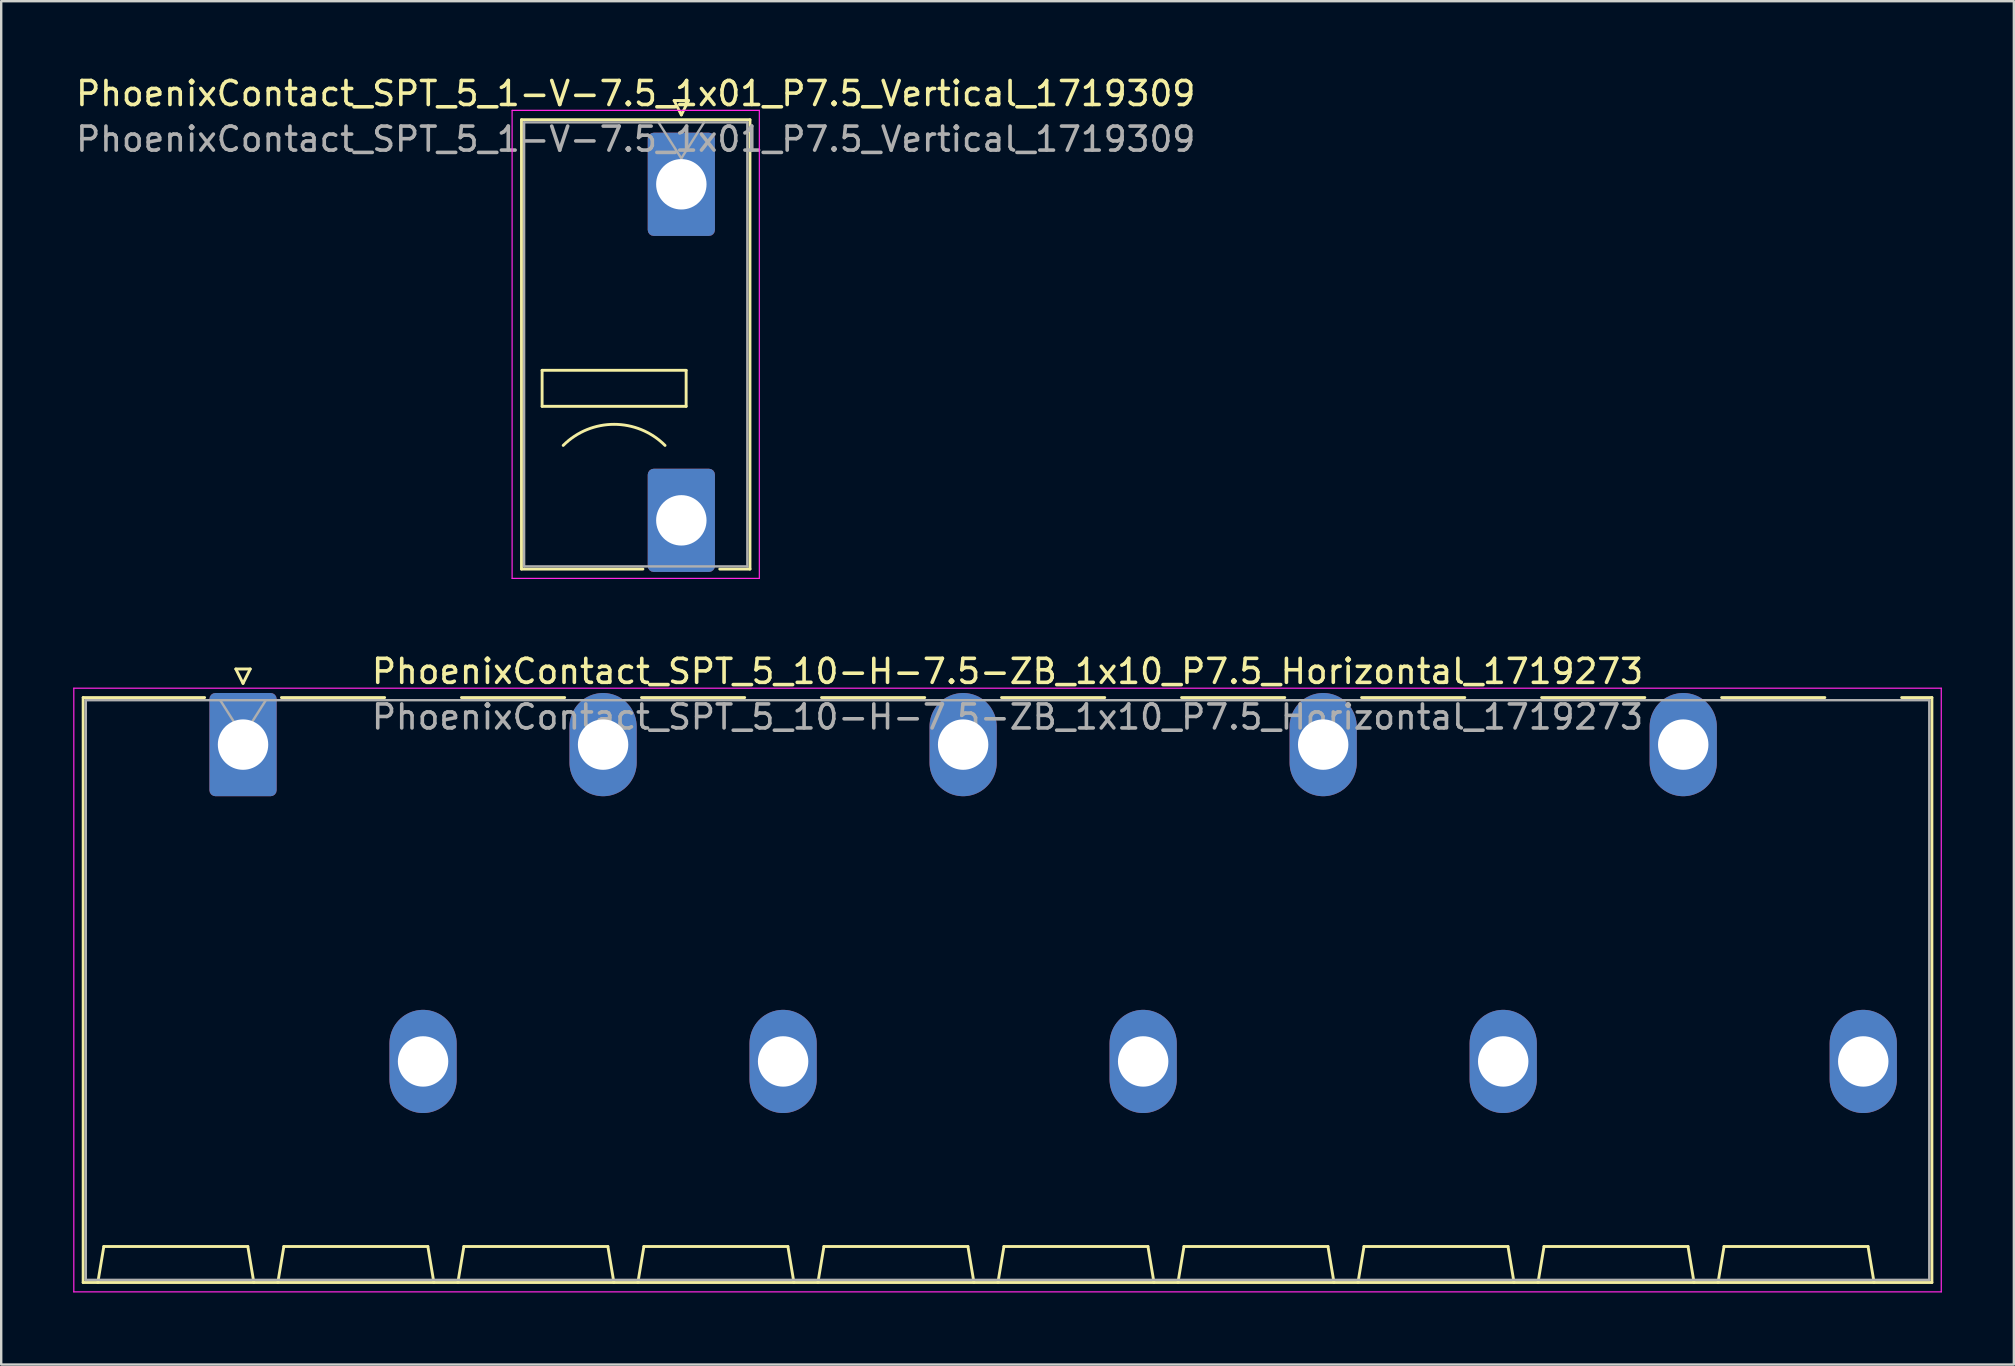
<source format=kicad_pcb>
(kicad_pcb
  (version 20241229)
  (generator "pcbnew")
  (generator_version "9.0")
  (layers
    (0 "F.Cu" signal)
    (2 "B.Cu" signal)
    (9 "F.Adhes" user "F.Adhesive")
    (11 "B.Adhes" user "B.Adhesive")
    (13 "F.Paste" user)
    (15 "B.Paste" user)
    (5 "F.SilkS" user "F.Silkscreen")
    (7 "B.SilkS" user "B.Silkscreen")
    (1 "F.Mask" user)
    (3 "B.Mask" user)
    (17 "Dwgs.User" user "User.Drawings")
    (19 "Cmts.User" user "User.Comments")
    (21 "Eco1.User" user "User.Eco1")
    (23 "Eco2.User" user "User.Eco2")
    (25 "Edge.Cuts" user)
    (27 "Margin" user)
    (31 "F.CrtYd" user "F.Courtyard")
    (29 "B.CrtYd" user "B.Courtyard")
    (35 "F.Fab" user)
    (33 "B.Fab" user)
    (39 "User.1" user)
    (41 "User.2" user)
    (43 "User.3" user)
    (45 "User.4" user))
  (footprint "PhoenixContact_SPT_5_1-V-7.5_1x01_P7.5_Vertical_1719309"
    (layer "F.Cu")
    (at 25.335 4.628)
    (property "Reference" "PhoenixContact_SPT_5_1-V-7.5_1x01_P7.5_Vertical_1719309" (at -1.9 -3.78 0) (layer "F.SilkS") (effects (font (size 1 1) (thickness 0.15))))
    (attr through_hole)
    (fp_line (start -6.66 -2.69) (end 2.86 -2.69) (stroke (width 0.12) (type solid)) (layer "F.SilkS"))
    (fp_line (start -6.66 16.03) (end -6.66 -2.69) (stroke (width 0.12) (type solid)) (layer "F.SilkS"))
    (fp_line (start -6.66 16.03) (end -1.6 16.03) (stroke (width 0.12) (type solid)) (layer "F.SilkS"))
    (fp_line (start -5.8 7.75) (end -5.8 9.25) (stroke (width 0.12) (type solid)) (layer "F.SilkS"))
    (fp_line (start -5.8 9.25) (end 0.2 9.25) (stroke (width 0.12) (type solid)) (layer "F.SilkS"))
    (fp_line (start -0.3 -3.49) (end 0 -2.89) (stroke (width 0.12) (type solid)) (layer "F.SilkS"))
    (fp_line (start -0.3 -3.49) (end 0.3 -3.49) (stroke (width 0.12) (type solid)) (layer "F.SilkS"))
    (fp_line (start 0.2 7.75) (end -5.8 7.75) (stroke (width 0.12) (type solid)) (layer "F.SilkS"))
    (fp_line (start 0.2 9.25) (end 0.2 7.75) (stroke (width 0.12) (type solid)) (layer "F.SilkS"))
    (fp_line (start 0.3 -3.49) (end 0 -2.89) (stroke (width 0.12) (type solid)) (layer "F.SilkS"))
    (fp_line (start 1.6 16.03) (end 2.86 16.03) (stroke (width 0.12) (type solid)) (layer "F.SilkS"))
    (fp_line (start 2.86 -2.69) (end 2.86 16.03) (stroke (width 0.12) (type solid)) (layer "F.SilkS"))
    (fp_arc (start -4.92132 10.87868) (mid -2.8 10) (end -0.67868 10.87868) (stroke (width 0.12) (type solid)) (layer "F.SilkS"))
    (fp_line (start -7.05 -3.08) (end -7.05 16.42) (stroke (width 0.05) (type solid)) (layer "F.CrtYd"))
    (fp_line (start -7.05 16.42) (end 3.25 16.42) (stroke (width 0.05) (type solid)) (layer "F.CrtYd"))
    (fp_line (start 3.25 -3.08) (end -7.05 -3.08) (stroke (width 0.05) (type solid)) (layer "F.CrtYd"))
    (fp_line (start 3.25 16.42) (end 3.25 -3.08) (stroke (width 0.05) (type solid)) (layer "F.CrtYd"))
    (fp_line (start -6.55 -2.58) (end -6.55 15.92) (stroke (width 0.1) (type solid)) (layer "F.Fab"))
    (fp_line (start -6.55 15.92) (end 2.75 15.92) (stroke (width 0.1) (type solid)) (layer "F.Fab"))
    (fp_line (start -0.95 -2.58) (end 0 -1.08) (stroke (width 0.1) (type solid)) (layer "F.Fab"))
    (fp_line (start 0.95 -2.58) (end 0 -1.08) (stroke (width 0.1) (type solid)) (layer "F.Fab"))
    (fp_line (start 2.75 -2.58) (end -6.55 -2.58) (stroke (width 0.1) (type solid)) (layer "F.Fab"))
    (fp_line (start 2.75 15.92) (end 2.75 -2.58) (stroke (width 0.1) (type solid)) (layer "F.Fab"))
    (fp_text user "${REFERENCE}" (at -1.9 -1.88 0) (layer "F.Fab") (effects (font (size 1 1) (thickness 0.15))))
    (pad "1" thru_hole roundrect (at 0 0) (size 2.8 4.3) (drill 2.1) (layers "*.Cu" "*.Mask") (roundrect_rratio 0.089))
    (pad "1" thru_hole roundrect (at 0 14) (size 2.8 4.3) (drill 2.1) (layers "*.Cu" "*.Mask") (roundrect_rratio 0.089)))
  (footprint "PhoenixContact_SPT_5_10-H-7.5-ZB_1x10_P7.5_Horizontal_1719273"
    (layer "F.Cu")
    (at 7.075 27.971)
    (property "Reference" "PhoenixContact_SPT_5_10-H-7.5-ZB_1x10_P7.5_Horizontal_1719273" (at 31.85 -3.05 0) (layer "F.SilkS") (effects (font (size 1 1) (thickness 0.15))))
    (attr through_hole)
    (fp_line (start -6.66 -1.96) (end -1.6 -1.96) (stroke (width 0.12) (type solid)) (layer "F.SilkS"))
    (fp_line (start -6.66 22.41) (end -6.66 -1.96) (stroke (width 0.12) (type solid)) (layer "F.SilkS"))
    (fp_line (start -6.05 22.41) (end -5.8 20.91) (stroke (width 0.12) (type solid)) (layer "F.SilkS"))
    (fp_line (start -5.8 20.91) (end 0.2 20.91) (stroke (width 0.12) (type solid)) (layer "F.SilkS"))
    (fp_line (start -0.3 -3.15) (end 0 -2.55) (stroke (width 0.12) (type solid)) (layer "F.SilkS"))
    (fp_line (start -0.3 -3.15) (end 0.3 -3.15) (stroke (width 0.12) (type solid)) (layer "F.SilkS"))
    (fp_line (start 0.3 -3.15) (end 0 -2.55) (stroke (width 0.12) (type solid)) (layer "F.SilkS"))
    (fp_line (start 0.45 22.41) (end 0.2 20.91) (stroke (width 0.12) (type solid)) (layer "F.SilkS"))
    (fp_line (start 1.45 22.41) (end 1.7 20.91) (stroke (width 0.12) (type solid)) (layer "F.SilkS"))
    (fp_line (start 1.6 -1.96) (end 5.9 -1.96) (stroke (width 0.12) (type solid)) (layer "F.SilkS"))
    (fp_line (start 1.7 20.91) (end 7.7 20.91) (stroke (width 0.12) (type solid)) (layer "F.SilkS"))
    (fp_line (start 7.95 22.41) (end 7.7 20.91) (stroke (width 0.12) (type solid)) (layer "F.SilkS"))
    (fp_line (start 8.95 22.41) (end 9.2 20.91) (stroke (width 0.12) (type solid)) (layer "F.SilkS"))
    (fp_line (start 9.1 -1.96) (end 13.4 -1.96) (stroke (width 0.12) (type solid)) (layer "F.SilkS"))
    (fp_line (start 9.2 20.91) (end 15.2 20.91) (stroke (width 0.12) (type solid)) (layer "F.SilkS"))
    (fp_line (start 15.45 22.41) (end 15.2 20.91) (stroke (width 0.12) (type solid)) (layer "F.SilkS"))
    (fp_line (start 16.45 22.41) (end 16.7 20.91) (stroke (width 0.12) (type solid)) (layer "F.SilkS"))
    (fp_line (start 16.6 -1.96) (end 20.9 -1.96) (stroke (width 0.12) (type solid)) (layer "F.SilkS"))
    (fp_line (start 16.7 20.91) (end 22.7 20.91) (stroke (width 0.12) (type solid)) (layer "F.SilkS"))
    (fp_line (start 22.95 22.41) (end 22.7 20.91) (stroke (width 0.12) (type solid)) (layer "F.SilkS"))
    (fp_line (start 23.95 22.41) (end 24.2 20.91) (stroke (width 0.12) (type solid)) (layer "F.SilkS"))
    (fp_line (start 24.1 -1.96) (end 28.4 -1.96) (stroke (width 0.12) (type solid)) (layer "F.SilkS"))
    (fp_line (start 24.2 20.91) (end 30.2 20.91) (stroke (width 0.12) (type solid)) (layer "F.SilkS"))
    (fp_line (start 30.45 22.41) (end 30.2 20.91) (stroke (width 0.12) (type solid)) (layer "F.SilkS"))
    (fp_line (start 31.45 22.41) (end 31.7 20.91) (stroke (width 0.12) (type solid)) (layer "F.SilkS"))
    (fp_line (start 31.6 -1.96) (end 35.9 -1.96) (stroke (width 0.12) (type solid)) (layer "F.SilkS"))
    (fp_line (start 31.7 20.91) (end 37.7 20.91) (stroke (width 0.12) (type solid)) (layer "F.SilkS"))
    (fp_line (start 37.95 22.41) (end 37.7 20.91) (stroke (width 0.12) (type solid)) (layer "F.SilkS"))
    (fp_line (start 38.95 22.41) (end 39.2 20.91) (stroke (width 0.12) (type solid)) (layer "F.SilkS"))
    (fp_line (start 39.1 -1.96) (end 43.4 -1.96) (stroke (width 0.12) (type solid)) (layer "F.SilkS"))
    (fp_line (start 39.2 20.91) (end 45.2 20.91) (stroke (width 0.12) (type solid)) (layer "F.SilkS"))
    (fp_line (start 45.45 22.41) (end 45.2 20.91) (stroke (width 0.12) (type solid)) (layer "F.SilkS"))
    (fp_line (start 46.45 22.41) (end 46.7 20.91) (stroke (width 0.12) (type solid)) (layer "F.SilkS"))
    (fp_line (start 46.6 -1.96) (end 50.9 -1.96) (stroke (width 0.12) (type solid)) (layer "F.SilkS"))
    (fp_line (start 46.7 20.91) (end 52.7 20.91) (stroke (width 0.12) (type solid)) (layer "F.SilkS"))
    (fp_line (start 52.95 22.41) (end 52.7 20.91) (stroke (width 0.12) (type solid)) (layer "F.SilkS"))
    (fp_line (start 53.95 22.41) (end 54.2 20.91) (stroke (width 0.12) (type solid)) (layer "F.SilkS"))
    (fp_line (start 54.1 -1.96) (end 58.4 -1.96) (stroke (width 0.12) (type solid)) (layer "F.SilkS"))
    (fp_line (start 54.2 20.91) (end 60.2 20.91) (stroke (width 0.12) (type solid)) (layer "F.SilkS"))
    (fp_line (start 60.45 22.41) (end 60.2 20.91) (stroke (width 0.12) (type solid)) (layer "F.SilkS"))
    (fp_line (start 61.45 22.41) (end 61.7 20.91) (stroke (width 0.12) (type solid)) (layer "F.SilkS"))
    (fp_line (start 61.6 -1.96) (end 65.9 -1.96) (stroke (width 0.12) (type solid)) (layer "F.SilkS"))
    (fp_line (start 61.7 20.91) (end 67.7 20.91) (stroke (width 0.12) (type solid)) (layer "F.SilkS"))
    (fp_line (start 67.95 22.41) (end 67.7 20.91) (stroke (width 0.12) (type solid)) (layer "F.SilkS"))
    (fp_line (start 69.1 -1.96) (end 70.36 -1.96) (stroke (width 0.12) (type solid)) (layer "F.SilkS"))
    (fp_line (start 70.36 -1.96) (end 70.36 22.41) (stroke (width 0.12) (type solid)) (layer "F.SilkS"))
    (fp_line (start 70.36 22.41) (end -6.66 22.41) (stroke (width 0.12) (type solid)) (layer "F.SilkS"))
    (fp_line (start -7.05 -2.35) (end -7.05 22.8) (stroke (width 0.05) (type solid)) (layer "F.CrtYd"))
    (fp_line (start -7.05 22.8) (end 70.75 22.8) (stroke (width 0.05) (type solid)) (layer "F.CrtYd"))
    (fp_line (start 70.75 -2.35) (end -7.05 -2.35) (stroke (width 0.05) (type solid)) (layer "F.CrtYd"))
    (fp_line (start 70.75 22.8) (end 70.75 -2.35) (stroke (width 0.05) (type solid)) (layer "F.CrtYd"))
    (fp_line (start -6.55 -1.85) (end -6.55 22.3) (stroke (width 0.1) (type solid)) (layer "F.Fab"))
    (fp_line (start -6.55 22.3) (end 70.25 22.3) (stroke (width 0.1) (type solid)) (layer "F.Fab"))
    (fp_line (start -0.95 -1.85) (end 0 -0.35) (stroke (width 0.1) (type solid)) (layer "F.Fab"))
    (fp_line (start 0.95 -1.85) (end 0 -0.35) (stroke (width 0.1) (type solid)) (layer "F.Fab"))
    (fp_line (start 70.25 -1.85) (end -6.55 -1.85) (stroke (width 0.1) (type solid)) (layer "F.Fab"))
    (fp_line (start 70.25 22.3) (end 70.25 -1.85) (stroke (width 0.1) (type solid)) (layer "F.Fab"))
    (fp_text user "${REFERENCE}" (at 31.85 -1.15 0) (layer "F.Fab") (effects (font (size 1 1) (thickness 0.15))))
    (pad "1" thru_hole roundrect (at 0 0) (size 2.8 4.3) (drill 2.1) (layers "*.Cu" "*.Mask") (roundrect_rratio 0.089))
    (pad "2" thru_hole oval (at 7.5 13.2) (size 2.8 4.3) (drill 2.1) (layers "*.Cu" "*.Mask"))
    (pad "3" thru_hole oval (at 15 0) (size 2.8 4.3) (drill 2.1) (layers "*.Cu" "*.Mask"))
    (pad "4" thru_hole oval (at 22.5 13.2) (size 2.8 4.3) (drill 2.1) (layers "*.Cu" "*.Mask"))
    (pad "5" thru_hole oval (at 30 0) (size 2.8 4.3) (drill 2.1) (layers "*.Cu" "*.Mask"))
    (pad "6" thru_hole oval (at 37.5 13.2) (size 2.8 4.3) (drill 2.1) (layers "*.Cu" "*.Mask"))
    (pad "7" thru_hole oval (at 45 0) (size 2.8 4.3) (drill 2.1) (layers "*.Cu" "*.Mask"))
    (pad "8" thru_hole oval (at 52.5 13.2) (size 2.8 4.3) (drill 2.1) (layers "*.Cu" "*.Mask"))
    (pad "9" thru_hole oval (at 60 0) (size 2.8 4.3) (drill 2.1) (layers "*.Cu" "*.Mask"))
    (pad "10" thru_hole oval (at 67.5 13.2) (size 2.8 4.3) (drill 2.1) (layers "*.Cu" "*.Mask")))
  (gr_rect
    (start -3 -3)
    (end 80.85 53.797)
    (stroke (width 0.1) (type default))
    (fill no)
    (layer "Edge.Cuts")))
</source>
